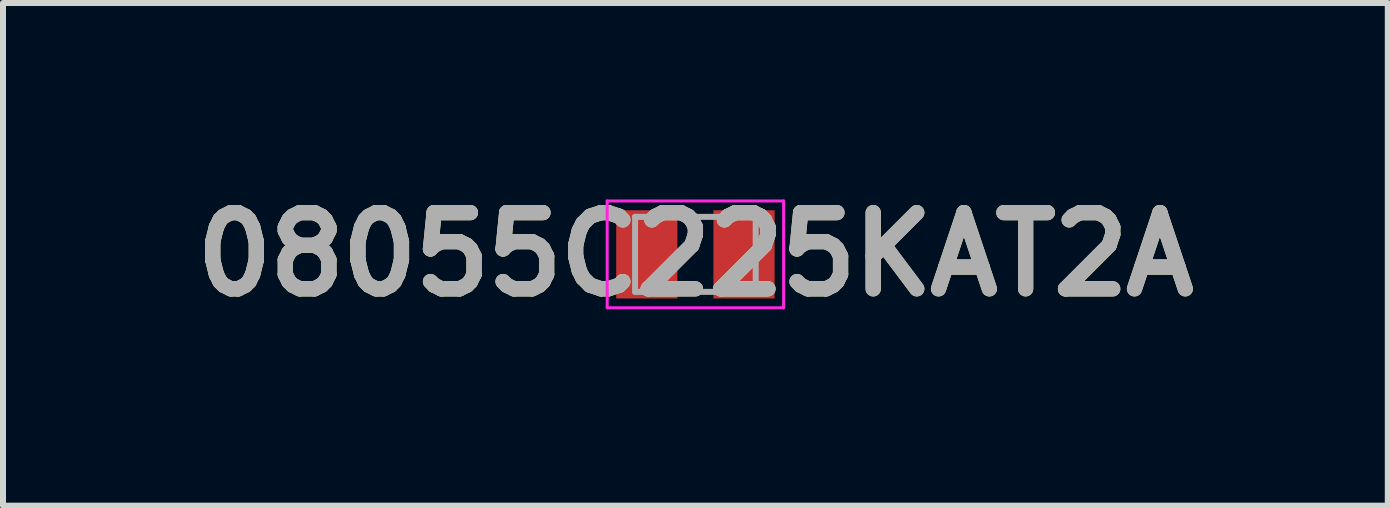
<source format=kicad_pcb>
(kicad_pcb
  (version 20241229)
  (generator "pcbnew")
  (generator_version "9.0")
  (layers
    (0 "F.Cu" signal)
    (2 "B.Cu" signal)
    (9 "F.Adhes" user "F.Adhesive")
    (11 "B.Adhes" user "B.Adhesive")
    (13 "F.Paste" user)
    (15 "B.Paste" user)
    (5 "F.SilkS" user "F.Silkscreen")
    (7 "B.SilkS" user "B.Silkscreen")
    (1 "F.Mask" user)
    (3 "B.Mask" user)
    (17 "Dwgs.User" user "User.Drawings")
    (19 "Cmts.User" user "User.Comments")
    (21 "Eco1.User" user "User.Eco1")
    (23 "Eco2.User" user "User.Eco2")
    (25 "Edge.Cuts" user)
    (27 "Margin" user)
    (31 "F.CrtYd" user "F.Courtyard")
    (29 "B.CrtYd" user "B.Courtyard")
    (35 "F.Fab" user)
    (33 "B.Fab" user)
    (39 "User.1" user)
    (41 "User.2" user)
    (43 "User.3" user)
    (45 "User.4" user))
  (footprint "08055C225KAT2A"
    (layer "F.Cu")
    (at 8.539 1.189)
    (property "Reference" "08055C225KAT2A" (at 0 0 0) (layer "F.SilkS") (effects (font (size 1.27 1.27) (thickness 0.254))))
    (attr smd)
    (fp_line (start -1.47 -0.89) (end 1.47 -0.89) (stroke (width 0.05) (type solid)) (layer "F.CrtYd"))
    (fp_line (start -1.47 0.89) (end -1.47 -0.89) (stroke (width 0.05) (type solid)) (layer "F.CrtYd"))
    (fp_line (start 1.47 -0.89) (end 1.47 0.89) (stroke (width 0.05) (type solid)) (layer "F.CrtYd"))
    (fp_line (start 1.47 0.89) (end -1.47 0.89) (stroke (width 0.05) (type solid)) (layer "F.CrtYd"))
    (fp_line (start -1.005 -0.625) (end 1.005 -0.625) (stroke (width 0.1) (type solid)) (layer "F.Fab"))
    (fp_line (start -1.005 0.625) (end -1.005 -0.625) (stroke (width 0.1) (type solid)) (layer "F.Fab"))
    (fp_line (start 1.005 -0.625) (end 1.005 0.625) (stroke (width 0.1) (type solid)) (layer "F.Fab"))
    (fp_line (start 1.005 0.625) (end -1.005 0.625) (stroke (width 0.1) (type solid)) (layer "F.Fab"))
    (fp_text user "${REFERENCE}" (at 0 0 0) (layer "F.Fab") (effects (font (size 1.27 1.27) (thickness 0.254))))
    (pad "1" smd rect (at -0.81 0) (size 1.02 1.47) (layers "F.Cu" "F.Mask" "F.Paste"))
    (pad "2" smd rect (at 0.81 0) (size 1.02 1.47) (layers "F.Cu" "F.Mask" "F.Paste")))
  (gr_rect
    (start -3 -3)
    (end 20.078 5.377)
    (stroke (width 0.1) (type default))
    (fill no)
    (layer "Edge.Cuts")))
</source>
